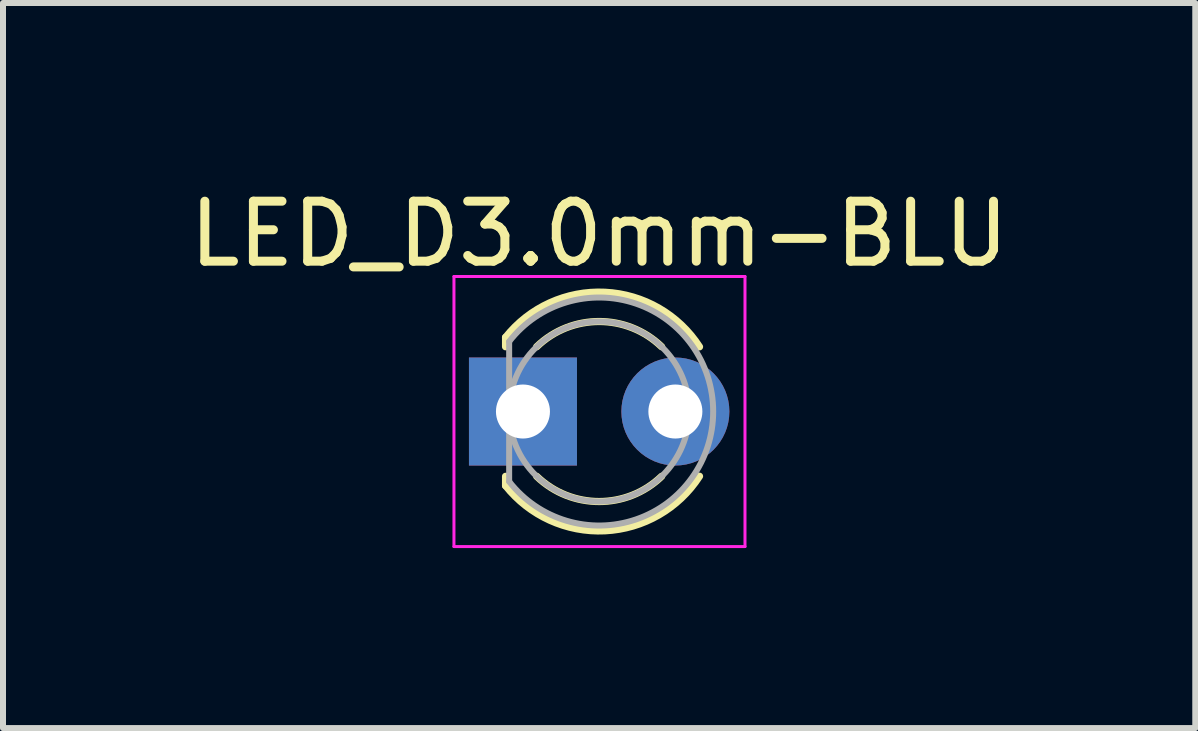
<source format=kicad_pcb>
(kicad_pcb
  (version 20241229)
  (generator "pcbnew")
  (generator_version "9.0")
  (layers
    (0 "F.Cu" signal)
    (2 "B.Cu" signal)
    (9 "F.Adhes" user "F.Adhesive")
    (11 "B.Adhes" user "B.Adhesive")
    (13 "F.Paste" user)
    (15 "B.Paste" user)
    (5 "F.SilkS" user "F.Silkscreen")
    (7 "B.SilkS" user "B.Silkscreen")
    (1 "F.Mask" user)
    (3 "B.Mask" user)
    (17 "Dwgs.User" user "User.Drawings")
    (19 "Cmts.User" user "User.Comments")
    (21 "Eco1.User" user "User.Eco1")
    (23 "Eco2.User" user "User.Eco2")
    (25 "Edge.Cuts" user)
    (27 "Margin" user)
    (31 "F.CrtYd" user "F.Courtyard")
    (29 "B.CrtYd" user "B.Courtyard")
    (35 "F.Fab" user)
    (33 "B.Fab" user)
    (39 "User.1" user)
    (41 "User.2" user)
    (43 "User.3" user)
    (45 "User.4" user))
  (footprint "LED_D3.0mm-BLU"
    (layer "F.Cu")
    (at 5.665 3.808)
    (property "Reference" "LED_D3.0mm-BLU" (at 1.27 -2.96 0) (layer "F.SilkS") (effects (font (size 1 1) (thickness 0.15))))
    (attr through_hole)
    (fp_line (start -0.29 -1.236) (end -0.29 -1.08) (stroke (width 0.12) (type solid)) (layer "F.SilkS"))
    (fp_line (start -0.29 1.08) (end -0.29 1.236) (stroke (width 0.12) (type solid)) (layer "F.SilkS"))
    (fp_arc (start -0.29 -1.235516) (mid 1.366487 -1.987659) (end 2.942335 -1.078608) (stroke (width 0.12) (type solid)) (layer "F.SilkS"))
    (fp_arc (start 0.229039 -1.08) (mid 1.270117 -1.5) (end 2.31113 -1.079837) (stroke (width 0.12) (type solid)) (layer "F.SilkS"))
    (fp_arc (start 2.31113 1.079837) (mid 1.270117 1.5) (end 0.229039 1.08) (stroke (width 0.12) (type solid)) (layer "F.SilkS"))
    (fp_arc (start 2.942335 1.078608) (mid 1.366487 1.987659) (end -0.29 1.235516) (stroke (width 0.12) (type solid)) (layer "F.SilkS"))
    (fp_line (start -1.15 -2.25) (end -1.15 2.25) (stroke (width 0.05) (type solid)) (layer "F.CrtYd"))
    (fp_line (start -1.15 2.25) (end 3.7 2.25) (stroke (width 0.05) (type solid)) (layer "F.CrtYd"))
    (fp_line (start 3.7 -2.25) (end -1.15 -2.25) (stroke (width 0.05) (type solid)) (layer "F.CrtYd"))
    (fp_line (start 3.7 2.25) (end 3.7 -2.25) (stroke (width 0.05) (type solid)) (layer "F.CrtYd"))
    (fp_line (start -0.23 -1.166) (end -0.23 1.166) (stroke (width 0.1) (type solid)) (layer "F.Fab"))
    (fp_arc (start -0.23 -1.16619) (mid 3.17 0.000452) (end -0.230555 1.165476) (stroke (width 0.1) (type solid)) (layer "F.Fab"))
    (fp_circle (center 1.27 0) (end 2.77 0) (stroke (width 0.1) (type solid)) (fill no) (layer "F.Fab"))
    (pad "1" thru_hole rect (at 0 0) (size 1.8 1.8) (drill 0.9) (layers "*.Cu" "*.Mask"))
    (pad "2" thru_hole circle (at 2.54 0) (size 1.8 1.8) (drill 0.9) (layers "*.Cu" "*.Mask")))
  (gr_rect
    (start -3 -3)
    (end 16.869 9.083)
    (stroke (width 0.1) (type default))
    (fill no)
    (layer "Edge.Cuts")))
</source>
